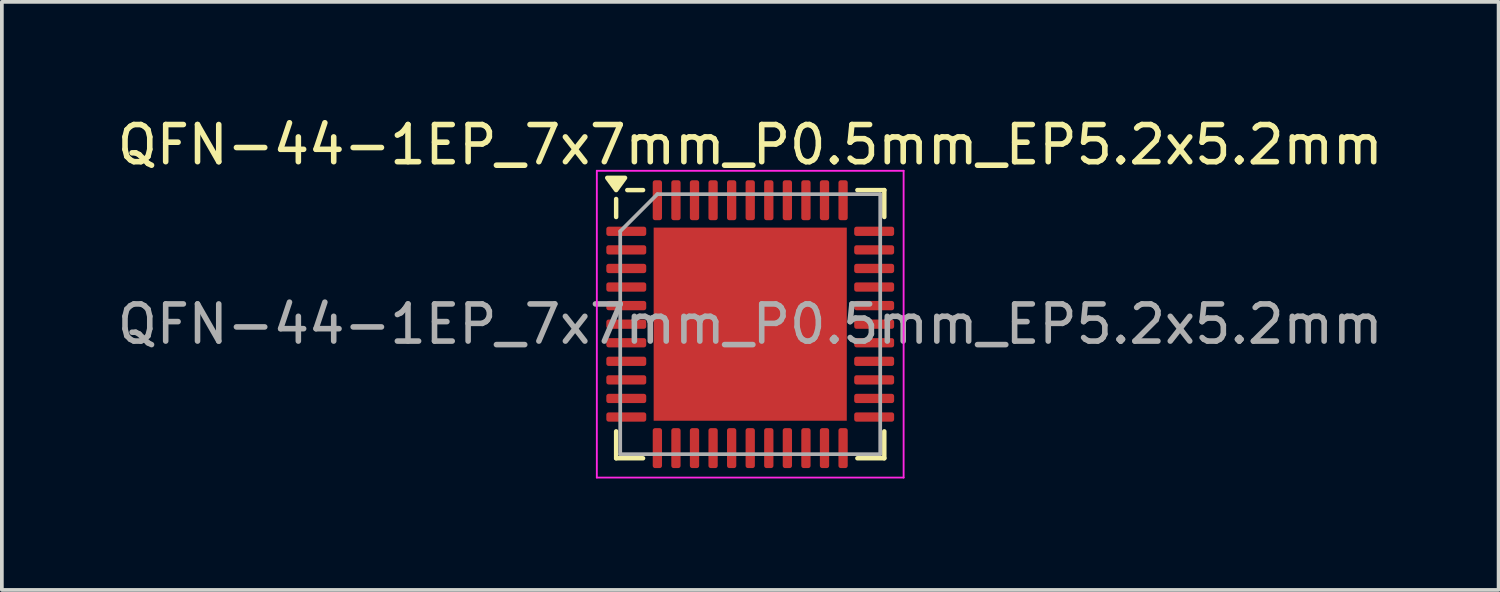
<source format=kicad_pcb>
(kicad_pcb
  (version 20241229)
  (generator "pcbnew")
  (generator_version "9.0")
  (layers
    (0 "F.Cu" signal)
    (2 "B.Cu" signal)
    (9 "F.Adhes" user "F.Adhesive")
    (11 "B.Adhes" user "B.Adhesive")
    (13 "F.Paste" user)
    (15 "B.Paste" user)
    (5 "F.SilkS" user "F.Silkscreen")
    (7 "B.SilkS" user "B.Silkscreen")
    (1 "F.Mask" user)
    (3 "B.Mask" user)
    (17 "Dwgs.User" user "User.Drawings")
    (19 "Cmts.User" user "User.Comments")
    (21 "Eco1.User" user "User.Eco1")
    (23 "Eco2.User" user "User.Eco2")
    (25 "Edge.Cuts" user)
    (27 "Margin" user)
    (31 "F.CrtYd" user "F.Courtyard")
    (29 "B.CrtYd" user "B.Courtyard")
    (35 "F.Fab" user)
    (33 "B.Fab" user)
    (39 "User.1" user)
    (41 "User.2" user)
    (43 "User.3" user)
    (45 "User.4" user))
  (footprint "QFN-44-1EP_7x7mm_P0.5mm_EP5.2x5.2mm"
    (layer "F.Cu")
    (at 17.149 5.678)
    (property "Reference" "QFN-44-1EP_7x7mm_P0.5mm_EP5.2x5.2mm" (at 0 -4.83 0) (layer "F.SilkS") (effects (font (size 1 1) (thickness 0.15))))
    (attr smd)
    (fp_line (start -3.61 -2.885) (end -3.61 -3.37) (stroke (width 0.12) (type solid)) (layer "F.SilkS"))
    (fp_line (start -3.61 3.61) (end -3.61 2.885) (stroke (width 0.12) (type solid)) (layer "F.SilkS"))
    (fp_line (start -2.885 -3.61) (end -3.31 -3.61) (stroke (width 0.12) (type solid)) (layer "F.SilkS"))
    (fp_line (start -2.885 3.61) (end -3.61 3.61) (stroke (width 0.12) (type solid)) (layer "F.SilkS"))
    (fp_line (start 2.885 -3.61) (end 3.61 -3.61) (stroke (width 0.12) (type solid)) (layer "F.SilkS"))
    (fp_line (start 2.885 3.61) (end 3.61 3.61) (stroke (width 0.12) (type solid)) (layer "F.SilkS"))
    (fp_line (start 3.61 -3.61) (end 3.61 -2.885) (stroke (width 0.12) (type solid)) (layer "F.SilkS"))
    (fp_line (start 3.61 3.61) (end 3.61 2.885) (stroke (width 0.12) (type solid)) (layer "F.SilkS"))
    (fp_poly (pts (xy -3.61 -3.61) (xy -3.85 -3.94) (xy -3.37 -3.94) (xy -3.61 -3.61)) (stroke (width 0.12) (type solid)) (fill yes) (layer "F.SilkS"))
    (fp_line (start -4.13 -4.13) (end -4.13 4.13) (stroke (width 0.05) (type solid)) (layer "F.CrtYd"))
    (fp_line (start -4.13 4.13) (end 4.13 4.13) (stroke (width 0.05) (type solid)) (layer "F.CrtYd"))
    (fp_line (start 4.13 -4.13) (end -4.13 -4.13) (stroke (width 0.05) (type solid)) (layer "F.CrtYd"))
    (fp_line (start 4.13 4.13) (end 4.13 -4.13) (stroke (width 0.05) (type solid)) (layer "F.CrtYd"))
    (fp_line (start -3.5 -2.5) (end -2.5 -3.5) (stroke (width 0.1) (type solid)) (layer "F.Fab"))
    (fp_line (start -3.5 3.5) (end -3.5 -2.5) (stroke (width 0.1) (type solid)) (layer "F.Fab"))
    (fp_line (start -2.5 -3.5) (end 3.5 -3.5) (stroke (width 0.1) (type solid)) (layer "F.Fab"))
    (fp_line (start 3.5 -3.5) (end 3.5 3.5) (stroke (width 0.1) (type solid)) (layer "F.Fab"))
    (fp_line (start 3.5 3.5) (end -3.5 3.5) (stroke (width 0.1) (type solid)) (layer "F.Fab"))
    (fp_text user "${REFERENCE}" (at 0 0 0) (layer "F.Fab") (effects (font (size 1 1) (thickness 0.15))))
    (pad "" smd roundrect (at -1.95 -1.95) (size 1.05 1.05) (layers "F.Paste") (roundrect_rratio 0.238))
    (pad "" smd roundrect (at -1.95 -0.65) (size 1.05 1.05) (layers "F.Paste") (roundrect_rratio 0.238))
    (pad "" smd roundrect (at -1.95 0.65) (size 1.05 1.05) (layers "F.Paste") (roundrect_rratio 0.238))
    (pad "" smd roundrect (at -1.95 1.95) (size 1.05 1.05) (layers "F.Paste") (roundrect_rratio 0.238))
    (pad "" smd roundrect (at -0.65 -1.95) (size 1.05 1.05) (layers "F.Paste") (roundrect_rratio 0.238))
    (pad "" smd roundrect (at -0.65 -0.65) (size 1.05 1.05) (layers "F.Paste") (roundrect_rratio 0.238))
    (pad "" smd roundrect (at -0.65 0.65) (size 1.05 1.05) (layers "F.Paste") (roundrect_rratio 0.238))
    (pad "" smd roundrect (at -0.65 1.95) (size 1.05 1.05) (layers "F.Paste") (roundrect_rratio 0.238))
    (pad "" smd roundrect (at 0.65 -1.95) (size 1.05 1.05) (layers "F.Paste") (roundrect_rratio 0.238))
    (pad "" smd roundrect (at 0.65 -0.65) (size 1.05 1.05) (layers "F.Paste") (roundrect_rratio 0.238))
    (pad "" smd roundrect (at 0.65 0.65) (size 1.05 1.05) (layers "F.Paste") (roundrect_rratio 0.238))
    (pad "" smd roundrect (at 0.65 1.95) (size 1.05 1.05) (layers "F.Paste") (roundrect_rratio 0.238))
    (pad "" smd roundrect (at 1.95 -1.95) (size 1.05 1.05) (layers "F.Paste") (roundrect_rratio 0.238))
    (pad "" smd roundrect (at 1.95 -0.65) (size 1.05 1.05) (layers "F.Paste") (roundrect_rratio 0.238))
    (pad "" smd roundrect (at 1.95 0.65) (size 1.05 1.05) (layers "F.Paste") (roundrect_rratio 0.238))
    (pad "" smd roundrect (at 1.95 1.95) (size 1.05 1.05) (layers "F.Paste") (roundrect_rratio 0.238))
    (pad "1" smd roundrect (at -3.337 -2.5) (size 1.075 0.25) (layers "F.Cu" "F.Mask" "F.Paste") (roundrect_rratio 0.25))
    (pad "2" smd roundrect (at -3.337 -2) (size 1.075 0.25) (layers "F.Cu" "F.Mask" "F.Paste") (roundrect_rratio 0.25))
    (pad "3" smd roundrect (at -3.337 -1.5) (size 1.075 0.25) (layers "F.Cu" "F.Mask" "F.Paste") (roundrect_rratio 0.25))
    (pad "4" smd roundrect (at -3.337 -1) (size 1.075 0.25) (layers "F.Cu" "F.Mask" "F.Paste") (roundrect_rratio 0.25))
    (pad "5" smd roundrect (at -3.337 -0.5) (size 1.075 0.25) (layers "F.Cu" "F.Mask" "F.Paste") (roundrect_rratio 0.25))
    (pad "6" smd roundrect (at -3.337 0) (size 1.075 0.25) (layers "F.Cu" "F.Mask" "F.Paste") (roundrect_rratio 0.25))
    (pad "7" smd roundrect (at -3.337 0.5) (size 1.075 0.25) (layers "F.Cu" "F.Mask" "F.Paste") (roundrect_rratio 0.25))
    (pad "8" smd roundrect (at -3.337 1) (size 1.075 0.25) (layers "F.Cu" "F.Mask" "F.Paste") (roundrect_rratio 0.25))
    (pad "9" smd roundrect (at -3.337 1.5) (size 1.075 0.25) (layers "F.Cu" "F.Mask" "F.Paste") (roundrect_rratio 0.25))
    (pad "10" smd roundrect (at -3.337 2) (size 1.075 0.25) (layers "F.Cu" "F.Mask" "F.Paste") (roundrect_rratio 0.25))
    (pad "11" smd roundrect (at -3.337 2.5) (size 1.075 0.25) (layers "F.Cu" "F.Mask" "F.Paste") (roundrect_rratio 0.25))
    (pad "12" smd roundrect (at -2.5 3.337) (size 0.25 1.075) (layers "F.Cu" "F.Mask" "F.Paste") (roundrect_rratio 0.25))
    (pad "13" smd roundrect (at -2 3.337) (size 0.25 1.075) (layers "F.Cu" "F.Mask" "F.Paste") (roundrect_rratio 0.25))
    (pad "14" smd roundrect (at -1.5 3.337) (size 0.25 1.075) (layers "F.Cu" "F.Mask" "F.Paste") (roundrect_rratio 0.25))
    (pad "15" smd roundrect (at -1 3.337) (size 0.25 1.075) (layers "F.Cu" "F.Mask" "F.Paste") (roundrect_rratio 0.25))
    (pad "16" smd roundrect (at -0.5 3.337) (size 0.25 1.075) (layers "F.Cu" "F.Mask" "F.Paste") (roundrect_rratio 0.25))
    (pad "17" smd roundrect (at 0 3.337) (size 0.25 1.075) (layers "F.Cu" "F.Mask" "F.Paste") (roundrect_rratio 0.25))
    (pad "18" smd roundrect (at 0.5 3.337) (size 0.25 1.075) (layers "F.Cu" "F.Mask" "F.Paste") (roundrect_rratio 0.25))
    (pad "19" smd roundrect (at 1 3.337) (size 0.25 1.075) (layers "F.Cu" "F.Mask" "F.Paste") (roundrect_rratio 0.25))
    (pad "20" smd roundrect (at 1.5 3.337) (size 0.25 1.075) (layers "F.Cu" "F.Mask" "F.Paste") (roundrect_rratio 0.25))
    (pad "21" smd roundrect (at 2 3.337) (size 0.25 1.075) (layers "F.Cu" "F.Mask" "F.Paste") (roundrect_rratio 0.25))
    (pad "22" smd roundrect (at 2.5 3.337) (size 0.25 1.075) (layers "F.Cu" "F.Mask" "F.Paste") (roundrect_rratio 0.25))
    (pad "23" smd roundrect (at 3.337 2.5) (size 1.075 0.25) (layers "F.Cu" "F.Mask" "F.Paste") (roundrect_rratio 0.25))
    (pad "24" smd roundrect (at 3.337 2) (size 1.075 0.25) (layers "F.Cu" "F.Mask" "F.Paste") (roundrect_rratio 0.25))
    (pad "25" smd roundrect (at 3.337 1.5) (size 1.075 0.25) (layers "F.Cu" "F.Mask" "F.Paste") (roundrect_rratio 0.25))
    (pad "26" smd roundrect (at 3.337 1) (size 1.075 0.25) (layers "F.Cu" "F.Mask" "F.Paste") (roundrect_rratio 0.25))
    (pad "27" smd roundrect (at 3.337 0.5) (size 1.075 0.25) (layers "F.Cu" "F.Mask" "F.Paste") (roundrect_rratio 0.25))
    (pad "28" smd roundrect (at 3.337 0) (size 1.075 0.25) (layers "F.Cu" "F.Mask" "F.Paste") (roundrect_rratio 0.25))
    (pad "29" smd roundrect (at 3.337 -0.5) (size 1.075 0.25) (layers "F.Cu" "F.Mask" "F.Paste") (roundrect_rratio 0.25))
    (pad "30" smd roundrect (at 3.337 -1) (size 1.075 0.25) (layers "F.Cu" "F.Mask" "F.Paste") (roundrect_rratio 0.25))
    (pad "31" smd roundrect (at 3.337 -1.5) (size 1.075 0.25) (layers "F.Cu" "F.Mask" "F.Paste") (roundrect_rratio 0.25))
    (pad "32" smd roundrect (at 3.337 -2) (size 1.075 0.25) (layers "F.Cu" "F.Mask" "F.Paste") (roundrect_rratio 0.25))
    (pad "33" smd roundrect (at 3.337 -2.5) (size 1.075 0.25) (layers "F.Cu" "F.Mask" "F.Paste") (roundrect_rratio 0.25))
    (pad "34" smd roundrect (at 2.5 -3.337) (size 0.25 1.075) (layers "F.Cu" "F.Mask" "F.Paste") (roundrect_rratio 0.25))
    (pad "35" smd roundrect (at 2 -3.337) (size 0.25 1.075) (layers "F.Cu" "F.Mask" "F.Paste") (roundrect_rratio 0.25))
    (pad "36" smd roundrect (at 1.5 -3.337) (size 0.25 1.075) (layers "F.Cu" "F.Mask" "F.Paste") (roundrect_rratio 0.25))
    (pad "37" smd roundrect (at 1 -3.337) (size 0.25 1.075) (layers "F.Cu" "F.Mask" "F.Paste") (roundrect_rratio 0.25))
    (pad "38" smd roundrect (at 0.5 -3.337) (size 0.25 1.075) (layers "F.Cu" "F.Mask" "F.Paste") (roundrect_rratio 0.25))
    (pad "39" smd roundrect (at 0 -3.337) (size 0.25 1.075) (layers "F.Cu" "F.Mask" "F.Paste") (roundrect_rratio 0.25))
    (pad "40" smd roundrect (at -0.5 -3.337) (size 0.25 1.075) (layers "F.Cu" "F.Mask" "F.Paste") (roundrect_rratio 0.25))
    (pad "41" smd roundrect (at -1 -3.337) (size 0.25 1.075) (layers "F.Cu" "F.Mask" "F.Paste") (roundrect_rratio 0.25))
    (pad "42" smd roundrect (at -1.5 -3.337) (size 0.25 1.075) (layers "F.Cu" "F.Mask" "F.Paste") (roundrect_rratio 0.25))
    (pad "43" smd roundrect (at -2 -3.337) (size 0.25 1.075) (layers "F.Cu" "F.Mask" "F.Paste") (roundrect_rratio 0.25))
    (pad "44" smd roundrect (at -2.5 -3.337) (size 0.25 1.075) (layers "F.Cu" "F.Mask" "F.Paste") (roundrect_rratio 0.25))
    (pad "45" smd rect (at 0 0) (size 5.2 5.2) (property pad_prop_heatsink) (layers "F.Cu" "F.Mask")))
  (gr_rect
    (start -3 -3)
    (end 37.298 12.833)
    (stroke (width 0.1) (type default))
    (fill no)
    (layer "Edge.Cuts")))
</source>
